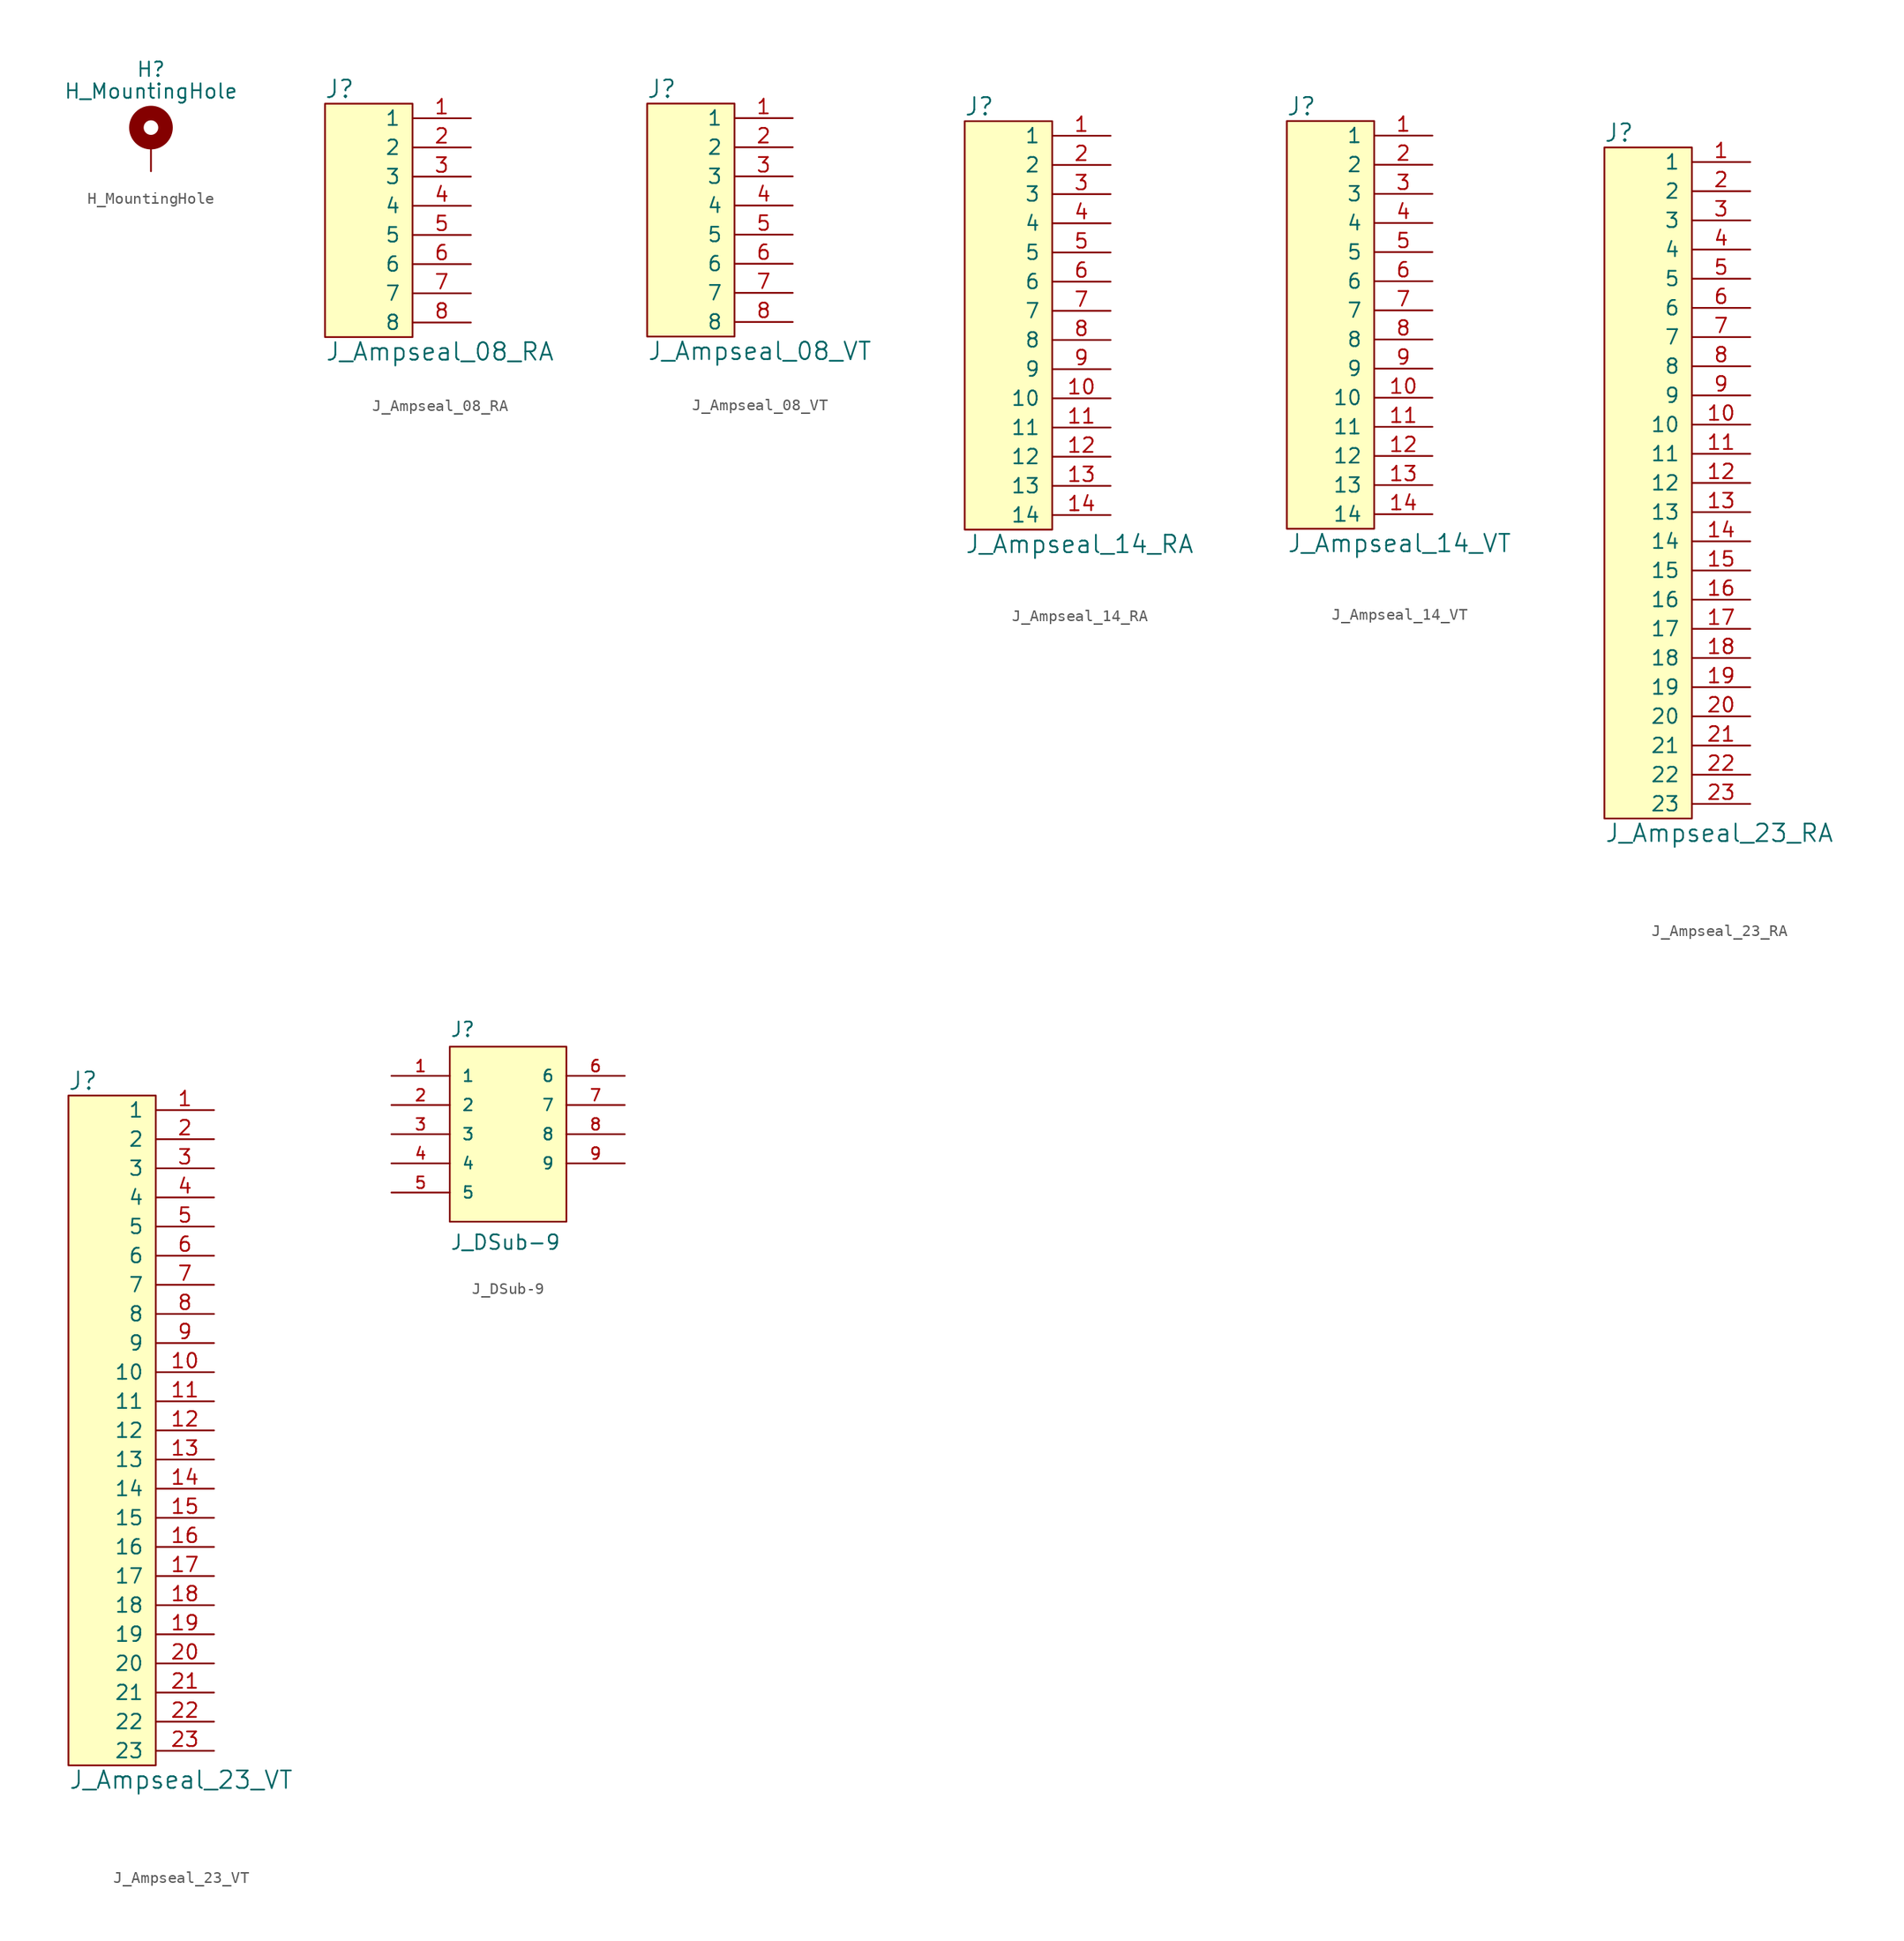
<source format=kicad_sym>
(kicad_symbol_lib
  (version 20241209)
  (generator symbol2library)
  (symbol "H_MountingHole"
    (pin_numbers
      (hide yes))
    (pin_names
      (offset 1.016)
      (hide yes))
    (property "Reference" "H"
      (at 0 6.35 0)
      (effects (font (size 1.27 1.27))))
    (property "Value" "H_MountingHole"
      (at 0 4.445 0)
      (effects (font (size 1.27 1.27))))
    (symbol "H_MountingHole_0_1"
      (circle (center 0 1.27) (radius 1.27) (stroke (width 1.27) (type default)) (fill (type none))))
    (symbol "H_MountingHole_1_1"
      (pin input line (at 0 -2.54 90) (length 2.54) (name "1" (effects (font (size 1.27 1.27)))) (number "1" (effects (font (size 1.27 1.27)))))))
  (symbol "J_Ampseal_08_RA"
    (pin_names
      (offset 1.016))
    (property "Reference" "J"
      (at -6.35 11.43 0)
      (effects (font (size 1.524 1.524))))
    (property "Value" "J_Ampseal_08_RA"
      (at -7.62 -11.43 0)
      (effects (font (size 1.524 1.524)) (justify left)))
    (symbol "J_Ampseal_08_RA_0_1"
      (rectangle (start -7.62 10.16) (end 0 -10.16) (stroke (width 0) (type default)) (fill (type background))))
    (symbol "J_Ampseal_08_RA_1_1"
      (pin passive line (at 5.08 8.89 180) (length 5.08) (name "1" (effects (font (size 1.27 1.27)))) (number "1" (effects (font (size 1.27 1.27)))))
      (pin passive line (at 5.08 6.35 180) (length 5.08) (name "2" (effects (font (size 1.27 1.27)))) (number "2" (effects (font (size 1.27 1.27)))))
      (pin passive line (at 5.08 3.81 180) (length 5.08) (name "3" (effects (font (size 1.27 1.27)))) (number "3" (effects (font (size 1.27 1.27)))))
      (pin passive line (at 5.08 1.27 180) (length 5.08) (name "4" (effects (font (size 1.27 1.27)))) (number "4" (effects (font (size 1.27 1.27)))))
      (pin passive line (at 5.08 -1.27 180) (length 5.08) (name "5" (effects (font (size 1.27 1.27)))) (number "5" (effects (font (size 1.27 1.27)))))
      (pin passive line (at 5.08 -3.81 180) (length 5.08) (name "6" (effects (font (size 1.27 1.27)))) (number "6" (effects (font (size 1.27 1.27)))))
      (pin passive line (at 5.08 -6.35 180) (length 5.08) (name "7" (effects (font (size 1.27 1.27)))) (number "7" (effects (font (size 1.27 1.27)))))
      (pin passive line (at 5.08 -8.89 180) (length 5.08) (name "8" (effects (font (size 1.27 1.27)))) (number "8" (effects (font (size 1.27 1.27)))))))
  (symbol "J_Ampseal_08_VT"
    (pin_names
      (offset 1.016))
    (property "Reference" "J"
      (at -6.35 11.43 0)
      (effects (font (size 1.524 1.524))))
    (property "Value" "J_Ampseal_08_VT"
      (at -7.62 -11.43 0)
      (effects (font (size 1.524 1.524)) (justify left)))
    (symbol "J_Ampseal_08_VT_0_1"
      (rectangle (start 0 10.16) (end -7.62 -10.16) (stroke (width 0) (type default)) (fill (type background))))
    (symbol "J_Ampseal_08_VT_1_1"
      (pin passive line (at 5.08 8.89 180) (length 5.08) (name "1" (effects (font (size 1.27 1.27)))) (number "1" (effects (font (size 1.27 1.27)))))
      (pin passive line (at 5.08 6.35 180) (length 5.08) (name "2" (effects (font (size 1.27 1.27)))) (number "2" (effects (font (size 1.27 1.27)))))
      (pin passive line (at 5.08 3.81 180) (length 5.08) (name "3" (effects (font (size 1.27 1.27)))) (number "3" (effects (font (size 1.27 1.27)))))
      (pin passive line (at 5.08 1.27 180) (length 5.08) (name "4" (effects (font (size 1.27 1.27)))) (number "4" (effects (font (size 1.27 1.27)))))
      (pin passive line (at 5.08 -1.27 180) (length 5.08) (name "5" (effects (font (size 1.27 1.27)))) (number "5" (effects (font (size 1.27 1.27)))))
      (pin passive line (at 5.08 -3.81 180) (length 5.08) (name "6" (effects (font (size 1.27 1.27)))) (number "6" (effects (font (size 1.27 1.27)))))
      (pin passive line (at 5.08 -6.35 180) (length 5.08) (name "7" (effects (font (size 1.27 1.27)))) (number "7" (effects (font (size 1.27 1.27)))))
      (pin passive line (at 5.08 -8.89 180) (length 5.08) (name "8" (effects (font (size 1.27 1.27)))) (number "8" (effects (font (size 1.27 1.27)))))))
  (symbol "J_Ampseal_14_RA"
    (pin_names
      (offset 1.016))
    (property "Reference" "J"
      (at -6.35 19.05 0)
      (effects (font (size 1.524 1.524))))
    (property "Value" "J_Ampseal_14_RA"
      (at -7.62 -19.05 0)
      (effects (font (size 1.524 1.524)) (justify left)))
    (symbol "J_Ampseal_14_RA_0_1"
      (rectangle (start 0 17.78) (end -7.62 -17.78) (stroke (width 0) (type default)) (fill (type background))))
    (symbol "J_Ampseal_14_RA_1_1"
      (pin passive line (at 5.08 16.51 180) (length 5.08) (name "1" (effects (font (size 1.27 1.27)))) (number "1" (effects (font (size 1.27 1.27)))))
      (pin passive line (at 5.08 13.97 180) (length 5.08) (name "2" (effects (font (size 1.27 1.27)))) (number "2" (effects (font (size 1.27 1.27)))))
      (pin passive line (at 5.08 11.43 180) (length 5.08) (name "3" (effects (font (size 1.27 1.27)))) (number "3" (effects (font (size 1.27 1.27)))))
      (pin passive line (at 5.08 8.89 180) (length 5.08) (name "4" (effects (font (size 1.27 1.27)))) (number "4" (effects (font (size 1.27 1.27)))))
      (pin passive line (at 5.08 6.35 180) (length 5.08) (name "5" (effects (font (size 1.27 1.27)))) (number "5" (effects (font (size 1.27 1.27)))))
      (pin passive line (at 5.08 3.81 180) (length 5.08) (name "6" (effects (font (size 1.27 1.27)))) (number "6" (effects (font (size 1.27 1.27)))))
      (pin passive line (at 5.08 1.27 180) (length 5.08) (name "7" (effects (font (size 1.27 1.27)))) (number "7" (effects (font (size 1.27 1.27)))))
      (pin passive line (at 5.08 -1.27 180) (length 5.08) (name "8" (effects (font (size 1.27 1.27)))) (number "8" (effects (font (size 1.27 1.27)))))
      (pin passive line (at 5.08 -3.81 180) (length 5.08) (name "9" (effects (font (size 1.27 1.27)))) (number "9" (effects (font (size 1.27 1.27)))))
      (pin passive line (at 5.08 -6.35 180) (length 5.08) (name "10" (effects (font (size 1.27 1.27)))) (number "10" (effects (font (size 1.27 1.27)))))
      (pin passive line (at 5.08 -8.89 180) (length 5.08) (name "11" (effects (font (size 1.27 1.27)))) (number "11" (effects (font (size 1.27 1.27)))))
      (pin passive line (at 5.08 -11.43 180) (length 5.08) (name "12" (effects (font (size 1.27 1.27)))) (number "12" (effects (font (size 1.27 1.27)))))
      (pin passive line (at 5.08 -13.97 180) (length 5.08) (name "13" (effects (font (size 1.27 1.27)))) (number "13" (effects (font (size 1.27 1.27)))))
      (pin passive line (at 5.08 -16.51 180) (length 5.08) (name "14" (effects (font (size 1.27 1.27)))) (number "14" (effects (font (size 1.27 1.27)))))))
  (symbol "J_Ampseal_14_VT"
    (pin_names
      (offset 1.016))
    (property "Reference" "J"
      (at -6.35 19.05 0)
      (effects (font (size 1.524 1.524))))
    (property "Value" "J_Ampseal_14_VT"
      (at -7.62 -19.05 0)
      (effects (font (size 1.524 1.524)) (justify left)))
    (symbol "J_Ampseal_14_VT_0_1"
      (rectangle (start 0 17.78) (end -7.62 -17.78) (stroke (width 0) (type default)) (fill (type background))))
    (symbol "J_Ampseal_14_VT_1_1"
      (pin passive line (at 5.08 16.51 180) (length 5.08) (name "1" (effects (font (size 1.27 1.27)))) (number "1" (effects (font (size 1.27 1.27)))))
      (pin passive line (at 5.08 13.97 180) (length 5.08) (name "2" (effects (font (size 1.27 1.27)))) (number "2" (effects (font (size 1.27 1.27)))))
      (pin passive line (at 5.08 11.43 180) (length 5.08) (name "3" (effects (font (size 1.27 1.27)))) (number "3" (effects (font (size 1.27 1.27)))))
      (pin passive line (at 5.08 8.89 180) (length 5.08) (name "4" (effects (font (size 1.27 1.27)))) (number "4" (effects (font (size 1.27 1.27)))))
      (pin passive line (at 5.08 6.35 180) (length 5.08) (name "5" (effects (font (size 1.27 1.27)))) (number "5" (effects (font (size 1.27 1.27)))))
      (pin passive line (at 5.08 3.81 180) (length 5.08) (name "6" (effects (font (size 1.27 1.27)))) (number "6" (effects (font (size 1.27 1.27)))))
      (pin passive line (at 5.08 1.27 180) (length 5.08) (name "7" (effects (font (size 1.27 1.27)))) (number "7" (effects (font (size 1.27 1.27)))))
      (pin passive line (at 5.08 -1.27 180) (length 5.08) (name "8" (effects (font (size 1.27 1.27)))) (number "8" (effects (font (size 1.27 1.27)))))
      (pin passive line (at 5.08 -3.81 180) (length 5.08) (name "9" (effects (font (size 1.27 1.27)))) (number "9" (effects (font (size 1.27 1.27)))))
      (pin passive line (at 5.08 -6.35 180) (length 5.08) (name "10" (effects (font (size 1.27 1.27)))) (number "10" (effects (font (size 1.27 1.27)))))
      (pin passive line (at 5.08 -8.89 180) (length 5.08) (name "11" (effects (font (size 1.27 1.27)))) (number "11" (effects (font (size 1.27 1.27)))))
      (pin passive line (at 5.08 -11.43 180) (length 5.08) (name "12" (effects (font (size 1.27 1.27)))) (number "12" (effects (font (size 1.27 1.27)))))
      (pin passive line (at 5.08 -13.97 180) (length 5.08) (name "13" (effects (font (size 1.27 1.27)))) (number "13" (effects (font (size 1.27 1.27)))))
      (pin passive line (at 5.08 -16.51 180) (length 5.08) (name "14" (effects (font (size 1.27 1.27)))) (number "14" (effects (font (size 1.27 1.27)))))))
  (symbol "J_Ampseal_23_RA"
    (pin_names
      (offset 1.016))
    (property "Reference" "J"
      (at -6.35 30.48 0)
      (effects (font (size 1.524 1.524))))
    (property "Value" "J_Ampseal_23_RA"
      (at -7.62 -30.48 0)
      (effects (font (size 1.524 1.524)) (justify left)))
    (symbol "J_Ampseal_23_RA_0_1"
      (rectangle (start -7.62 29.21) (end 0 -29.21) (stroke (width 0) (type default)) (fill (type background))))
    (symbol "J_Ampseal_23_RA_1_1"
      (pin passive line (at 5.08 27.94 180) (length 5.08) (name "1" (effects (font (size 1.27 1.27)))) (number "1" (effects (font (size 1.27 1.27)))))
      (pin passive line (at 5.08 25.4 180) (length 5.08) (name "2" (effects (font (size 1.27 1.27)))) (number "2" (effects (font (size 1.27 1.27)))))
      (pin passive line (at 5.08 22.86 180) (length 5.08) (name "3" (effects (font (size 1.27 1.27)))) (number "3" (effects (font (size 1.27 1.27)))))
      (pin passive line (at 5.08 20.32 180) (length 5.08) (name "4" (effects (font (size 1.27 1.27)))) (number "4" (effects (font (size 1.27 1.27)))))
      (pin passive line (at 5.08 17.78 180) (length 5.08) (name "5" (effects (font (size 1.27 1.27)))) (number "5" (effects (font (size 1.27 1.27)))))
      (pin passive line (at 5.08 15.24 180) (length 5.08) (name "6" (effects (font (size 1.27 1.27)))) (number "6" (effects (font (size 1.27 1.27)))))
      (pin passive line (at 5.08 12.7 180) (length 5.08) (name "7" (effects (font (size 1.27 1.27)))) (number "7" (effects (font (size 1.27 1.27)))))
      (pin passive line (at 5.08 10.16 180) (length 5.08) (name "8" (effects (font (size 1.27 1.27)))) (number "8" (effects (font (size 1.27 1.27)))))
      (pin passive line (at 5.08 7.62 180) (length 5.08) (name "9" (effects (font (size 1.27 1.27)))) (number "9" (effects (font (size 1.27 1.27)))))
      (pin passive line (at 5.08 5.08 180) (length 5.08) (name "10" (effects (font (size 1.27 1.27)))) (number "10" (effects (font (size 1.27 1.27)))))
      (pin passive line (at 5.08 2.54 180) (length 5.08) (name "11" (effects (font (size 1.27 1.27)))) (number "11" (effects (font (size 1.27 1.27)))))
      (pin passive line (at 5.08 0 180) (length 5.08) (name "12" (effects (font (size 1.27 1.27)))) (number "12" (effects (font (size 1.27 1.27)))))
      (pin passive line (at 5.08 -2.54 180) (length 5.08) (name "13" (effects (font (size 1.27 1.27)))) (number "13" (effects (font (size 1.27 1.27)))))
      (pin passive line (at 5.08 -5.08 180) (length 5.08) (name "14" (effects (font (size 1.27 1.27)))) (number "14" (effects (font (size 1.27 1.27)))))
      (pin passive line (at 5.08 -7.62 180) (length 5.08) (name "15" (effects (font (size 1.27 1.27)))) (number "15" (effects (font (size 1.27 1.27)))))
      (pin passive line (at 5.08 -10.16 180) (length 5.08) (name "16" (effects (font (size 1.27 1.27)))) (number "16" (effects (font (size 1.27 1.27)))))
      (pin passive line (at 5.08 -12.7 180) (length 5.08) (name "17" (effects (font (size 1.27 1.27)))) (number "17" (effects (font (size 1.27 1.27)))))
      (pin passive line (at 5.08 -15.24 180) (length 5.08) (name "18" (effects (font (size 1.27 1.27)))) (number "18" (effects (font (size 1.27 1.27)))))
      (pin passive line (at 5.08 -17.78 180) (length 5.08) (name "19" (effects (font (size 1.27 1.27)))) (number "19" (effects (font (size 1.27 1.27)))))
      (pin passive line (at 5.08 -20.32 180) (length 5.08) (name "20" (effects (font (size 1.27 1.27)))) (number "20" (effects (font (size 1.27 1.27)))))
      (pin passive line (at 5.08 -22.86 180) (length 5.08) (name "21" (effects (font (size 1.27 1.27)))) (number "21" (effects (font (size 1.27 1.27)))))
      (pin passive line (at 5.08 -25.4 180) (length 5.08) (name "22" (effects (font (size 1.27 1.27)))) (number "22" (effects (font (size 1.27 1.27)))))
      (pin passive line (at 5.08 -27.94 180) (length 5.08) (name "23" (effects (font (size 1.27 1.27)))) (number "23" (effects (font (size 1.27 1.27)))))))
  (symbol "J_Ampseal_23_VT"
    (pin_names
      (offset 1.016))
    (property "Reference" "J"
      (at -6.35 30.48 0)
      (effects (font (size 1.524 1.524))))
    (property "Value" "J_Ampseal_23_VT"
      (at -7.62 -30.48 0)
      (effects (font (size 1.524 1.524)) (justify left)))
    (symbol "J_Ampseal_23_VT_0_1"
      (rectangle (start 0 29.21) (end -7.62 -29.21) (stroke (width 0) (type default)) (fill (type background))))
    (symbol "J_Ampseal_23_VT_1_1"
      (pin passive line (at 5.08 27.94 180) (length 5.08) (name "1" (effects (font (size 1.27 1.27)))) (number "1" (effects (font (size 1.27 1.27)))))
      (pin passive line (at 5.08 25.4 180) (length 5.08) (name "2" (effects (font (size 1.27 1.27)))) (number "2" (effects (font (size 1.27 1.27)))))
      (pin passive line (at 5.08 22.86 180) (length 5.08) (name "3" (effects (font (size 1.27 1.27)))) (number "3" (effects (font (size 1.27 1.27)))))
      (pin passive line (at 5.08 20.32 180) (length 5.08) (name "4" (effects (font (size 1.27 1.27)))) (number "4" (effects (font (size 1.27 1.27)))))
      (pin passive line (at 5.08 17.78 180) (length 5.08) (name "5" (effects (font (size 1.27 1.27)))) (number "5" (effects (font (size 1.27 1.27)))))
      (pin passive line (at 5.08 15.24 180) (length 5.08) (name "6" (effects (font (size 1.27 1.27)))) (number "6" (effects (font (size 1.27 1.27)))))
      (pin passive line (at 5.08 12.7 180) (length 5.08) (name "7" (effects (font (size 1.27 1.27)))) (number "7" (effects (font (size 1.27 1.27)))))
      (pin passive line (at 5.08 10.16 180) (length 5.08) (name "8" (effects (font (size 1.27 1.27)))) (number "8" (effects (font (size 1.27 1.27)))))
      (pin passive line (at 5.08 7.62 180) (length 5.08) (name "9" (effects (font (size 1.27 1.27)))) (number "9" (effects (font (size 1.27 1.27)))))
      (pin passive line (at 5.08 5.08 180) (length 5.08) (name "10" (effects (font (size 1.27 1.27)))) (number "10" (effects (font (size 1.27 1.27)))))
      (pin passive line (at 5.08 2.54 180) (length 5.08) (name "11" (effects (font (size 1.27 1.27)))) (number "11" (effects (font (size 1.27 1.27)))))
      (pin passive line (at 5.08 0 180) (length 5.08) (name "12" (effects (font (size 1.27 1.27)))) (number "12" (effects (font (size 1.27 1.27)))))
      (pin passive line (at 5.08 -2.54 180) (length 5.08) (name "13" (effects (font (size 1.27 1.27)))) (number "13" (effects (font (size 1.27 1.27)))))
      (pin passive line (at 5.08 -5.08 180) (length 5.08) (name "14" (effects (font (size 1.27 1.27)))) (number "14" (effects (font (size 1.27 1.27)))))
      (pin passive line (at 5.08 -7.62 180) (length 5.08) (name "15" (effects (font (size 1.27 1.27)))) (number "15" (effects (font (size 1.27 1.27)))))
      (pin passive line (at 5.08 -10.16 180) (length 5.08) (name "16" (effects (font (size 1.27 1.27)))) (number "16" (effects (font (size 1.27 1.27)))))
      (pin passive line (at 5.08 -12.7 180) (length 5.08) (name "17" (effects (font (size 1.27 1.27)))) (number "17" (effects (font (size 1.27 1.27)))))
      (pin passive line (at 5.08 -15.24 180) (length 5.08) (name "18" (effects (font (size 1.27 1.27)))) (number "18" (effects (font (size 1.27 1.27)))))
      (pin passive line (at 5.08 -17.78 180) (length 5.08) (name "19" (effects (font (size 1.27 1.27)))) (number "19" (effects (font (size 1.27 1.27)))))
      (pin passive line (at 5.08 -20.32 180) (length 5.08) (name "20" (effects (font (size 1.27 1.27)))) (number "20" (effects (font (size 1.27 1.27)))))
      (pin passive line (at 5.08 -22.86 180) (length 5.08) (name "21" (effects (font (size 1.27 1.27)))) (number "21" (effects (font (size 1.27 1.27)))))
      (pin passive line (at 5.08 -25.4 180) (length 5.08) (name "22" (effects (font (size 1.27 1.27)))) (number "22" (effects (font (size 1.27 1.27)))))
      (pin passive line (at 5.08 -27.94 180) (length 5.08) (name "23" (effects (font (size 1.27 1.27)))) (number "23" (effects (font (size 1.27 1.27)))))))
  (symbol "J_DSub-9"
    (pin_names
      (offset 1.016))
    (property "Reference" "J"
      (at -5.08 8.382 0)
      (effects (font (size 1.27 1.27)) (justify left bottom)))
    (property "Value" "J_DSub-9"
      (at -5.08 -10.16 0)
      (effects (font (size 1.27 1.27)) (justify left bottom)))
    (symbol "J_DSub-9_0_0"
      (rectangle (start -5.08 -7.62) (end 5.08 7.62) (stroke (width 0.152) (type default)) (fill (type background)))
      (pin passive line (at -10.16 5.08 0) (length 5.08) (name "1" (effects (font (size 1.016 1.016)))) (number "1" (effects (font (size 1.016 1.016)))))
      (pin passive line (at -10.16 2.54 0) (length 5.08) (name "2" (effects (font (size 1.016 1.016)))) (number "2" (effects (font (size 1.016 1.016)))))
      (pin passive line (at -10.16 0 0) (length 5.08) (name "3" (effects (font (size 1.016 1.016)))) (number "3" (effects (font (size 1.016 1.016)))))
      (pin passive line (at -10.16 -2.54 0) (length 5.08) (name "4" (effects (font (size 1.016 1.016)))) (number "4" (effects (font (size 1.016 1.016)))))
      (pin passive line (at -10.16 -5.08 0) (length 5.08) (name "5" (effects (font (size 1.016 1.016)))) (number "5" (effects (font (size 1.016 1.016)))))
      (pin passive line (at 10.16 5.08 180) (length 5.08) (name "6" (effects (font (size 1.016 1.016)))) (number "6" (effects (font (size 1.016 1.016)))))
      (pin passive line (at 10.16 2.54 180) (length 5.08) (name "7" (effects (font (size 1.016 1.016)))) (number "7" (effects (font (size 1.016 1.016)))))
      (pin passive line (at 10.16 0 180) (length 5.08) (name "8" (effects (font (size 1.016 1.016)))) (number "8" (effects (font (size 1.016 1.016)))))
      (pin passive line (at 10.16 -2.54 180) (length 5.08) (name "9" (effects (font (size 1.016 1.016)))) (number "9" (effects (font (size 1.016 1.016))))))))
</source>
